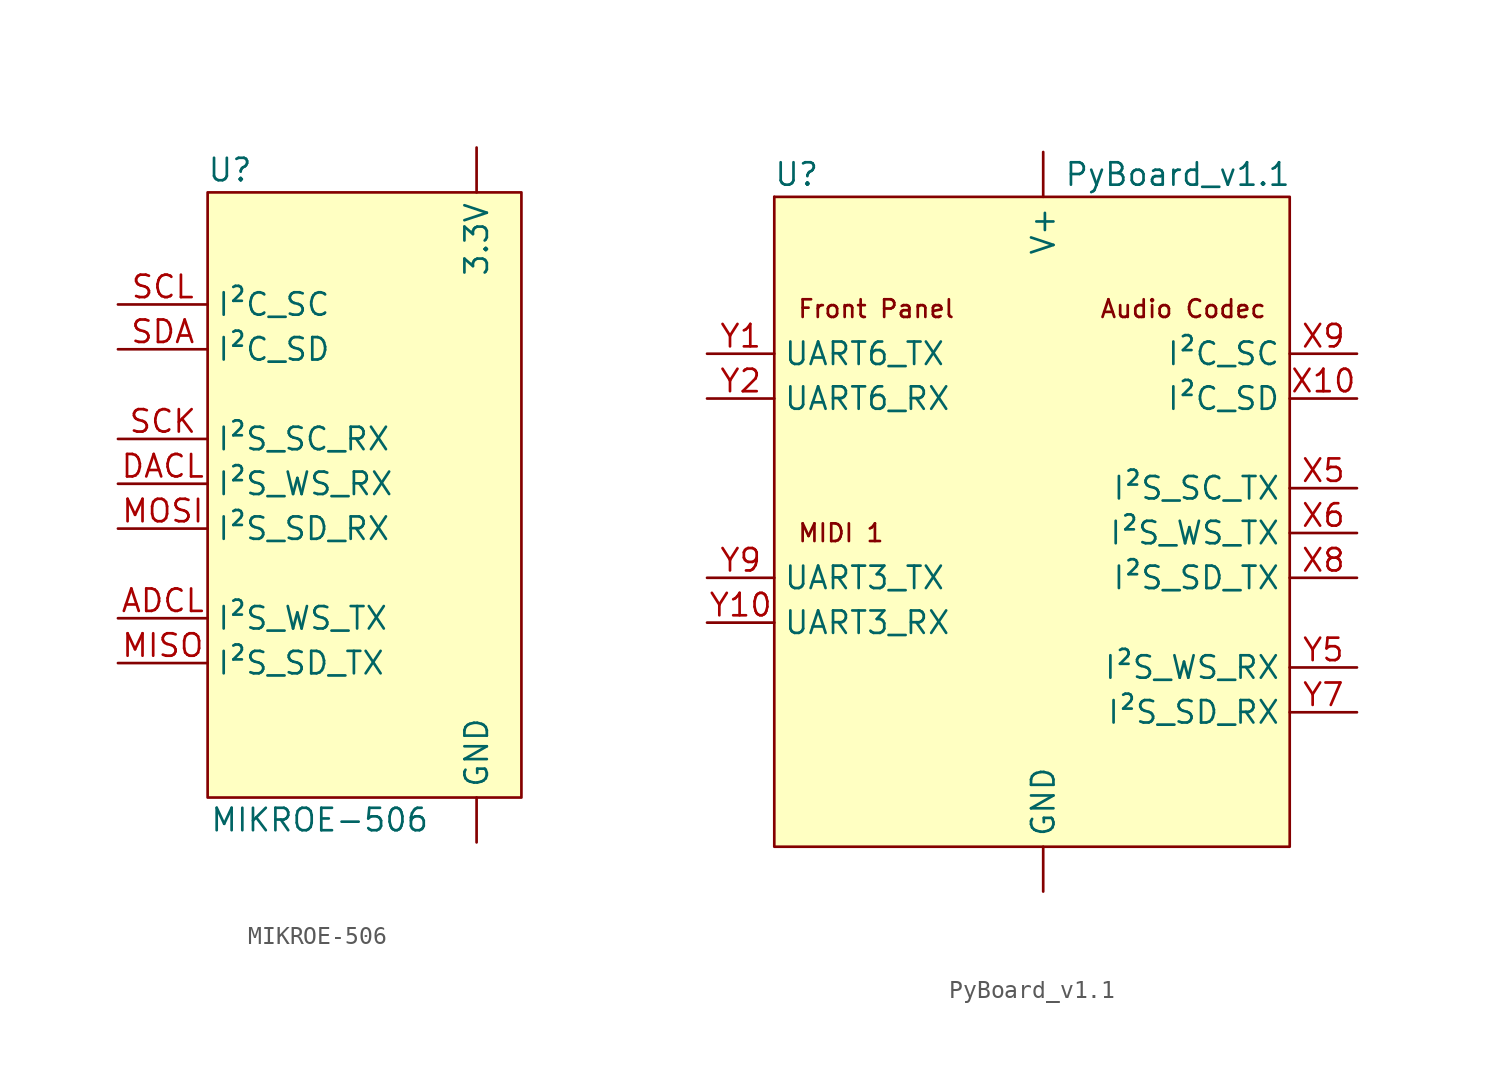
<source format=kicad_sym>
(kicad_symbol_lib
  (version 20211014)
  (generator kicad_symbol_editor)
  (symbol "MIKROE-506"
    (property "Reference" "U"
      (at -7.62 17.78 0)
      (effects (font (size 1.27 1.27))))
    (property "Value" "MIKROE-506"
      (at -2.54 -19.05 0)
      (effects (font (size 1.27 1.27))))
    (symbol "MIKROE-506_0_1"
      (rectangle (start -8.89 16.51) (end 8.89 -17.78) (stroke (width 0.152) (type default) (color 0 0 0 0)) (fill (type background))))
    (symbol "MIKROE-506_1_1"
      (pin power_in line (at 6.35 19.05 270) (length 2.54) (name "3.3V" (effects (font (size 1.27 1.27)))) (number "" (effects (font (size 1.27 1.27)))))
      (pin power_in line (at 6.35 -20.32 90) (length 2.54) (name "GND" (effects (font (size 1.27 1.27)))) (number "" (effects (font (size 1.27 1.27)))))
      (pin output line (at -13.97 -7.62 0) (length 5.08) (name "I²S_WS_TX" (effects (font (size 1.27 1.27)))) (number "ADCL" (effects (font (size 1.27 1.27)))))
      (pin input line (at -13.97 0 0) (length 5.08) (name "I²S_WS_RX" (effects (font (size 1.27 1.27)))) (number "DACL" (effects (font (size 1.27 1.27)))))
      (pin output line (at -13.97 -10.16 0) (length 5.08) (name "I²S_SD_TX" (effects (font (size 1.27 1.27)))) (number "MISO" (effects (font (size 1.27 1.27)))))
      (pin input line (at -13.97 -2.54 0) (length 5.08) (name "I²S_SD_RX" (effects (font (size 1.27 1.27)))) (number "MOSI" (effects (font (size 1.27 1.27)))))
      (pin input line (at -13.97 2.54 0) (length 5.08) (name "I²S_SC_RX" (effects (font (size 1.27 1.27)))) (number "SCK" (effects (font (size 1.27 1.27)))))
      (pin bidirectional line (at -13.97 10.16 0) (length 5.08) (name "I²C_SC" (effects (font (size 1.27 1.27)))) (number "SCL" (effects (font (size 1.27 1.27)))))
      (pin bidirectional line (at -13.97 7.62 0) (length 5.08) (name "I²C_SD" (effects (font (size 1.27 1.27)))) (number "SDA" (effects (font (size 1.27 1.27)))))))
  (symbol "PyBoard_v1.1"
    (property "Reference" "U"
      (at -13.97 20.32 0)
      (effects (font (size 1.27 1.27))))
    (property "Value" "PyBoard_v1.1"
      (at 7.62 20.32 0)
      (effects (font (size 1.27 1.27))))
    (symbol "PyBoard_v1.1_0_0"
      (text "Audio Codec" (at 12.7 12.7 0) (effects (font (size 1 1)) (justify right)))
      (text "Front Panel" (at -13.97 12.7 0) (effects (font (size 1 1)) (justify left)))
      (text "MIDI 1" (at -13.97 0 0) (effects (font (size 1 1)) (justify left))))
    (symbol "PyBoard_v1.1_0_1"
      (rectangle (start -15.24 19.05) (end -15.24 19.05) (stroke (width 0.152) (type default) (color 0 0 0 0)) (fill (type none)))
      (rectangle (start -15.24 19.05) (end 13.97 -17.78) (stroke (width 0.152) (type default) (color 0 0 0 0)) (fill (type background))))
    (symbol "PyBoard_v1.1_1_1"
      (pin power_in line (at 0 -20.32 90) (length 2.54) (name "GND" (effects (font (size 1.27 1.27)))) (number "" (effects (font (size 1.27 1.27)))))
      (pin power_in line (at 0 21.59 270) (length 2.54) (name "V+" (effects (font (size 1.27 1.27)))) (number "" (effects (font (size 1.27 1.27)))))
      (pin bidirectional line (at 17.78 7.62 180) (length 3.81) (name "I²C_SD" (effects (font (size 1.27 1.27)))) (number "X10" (effects (font (size 1.27 1.27)))))
      (pin output line (at 17.78 2.54 180) (length 3.81) (name "I²S_SC_TX" (effects (font (size 1.27 1.27)))) (number "X5" (effects (font (size 1.27 1.27)))))
      (pin output line (at 17.78 0 180) (length 3.81) (name "I²S_WS_TX" (effects (font (size 1.27 1.27)))) (number "X6" (effects (font (size 1.27 1.27)))))
      (pin output line (at 17.78 -2.54 180) (length 3.81) (name "I²S_SD_TX" (effects (font (size 1.27 1.27)))) (number "X8" (effects (font (size 1.27 1.27)))))
      (pin bidirectional line (at 17.78 10.16 180) (length 3.81) (name "I²C_SC" (effects (font (size 1.27 1.27)))) (number "X9" (effects (font (size 1.27 1.27)))))
      (pin output line (at -19.05 10.16 0) (length 3.81) (name "UART6_TX" (effects (font (size 1.27 1.27)))) (number "Y1" (effects (font (size 1.27 1.27)))))
      (pin input line (at -19.05 -5.08 0) (length 3.81) (name "UART3_RX" (effects (font (size 1.27 1.27)))) (number "Y10" (effects (font (size 1.27 1.27)))))
      (pin input line (at -19.05 7.62 0) (length 3.81) (name "UART6_RX" (effects (font (size 1.27 1.27)))) (number "Y2" (effects (font (size 1.27 1.27)))))
      (pin input line (at 17.78 -7.62 180) (length 3.81) (name "I²S_WS_RX" (effects (font (size 1.27 1.27)))) (number "Y5" (effects (font (size 1.27 1.27)))))
      (pin input line (at 17.78 -10.16 180) (length 3.81) (name "I²S_SD_RX" (effects (font (size 1.27 1.27)))) (number "Y7" (effects (font (size 1.27 1.27)))))
      (pin output line (at -19.05 -2.54 0) (length 3.81) (name "UART3_TX" (effects (font (size 1.27 1.27)))) (number "Y9" (effects (font (size 1.27 1.27))))))))
</source>
